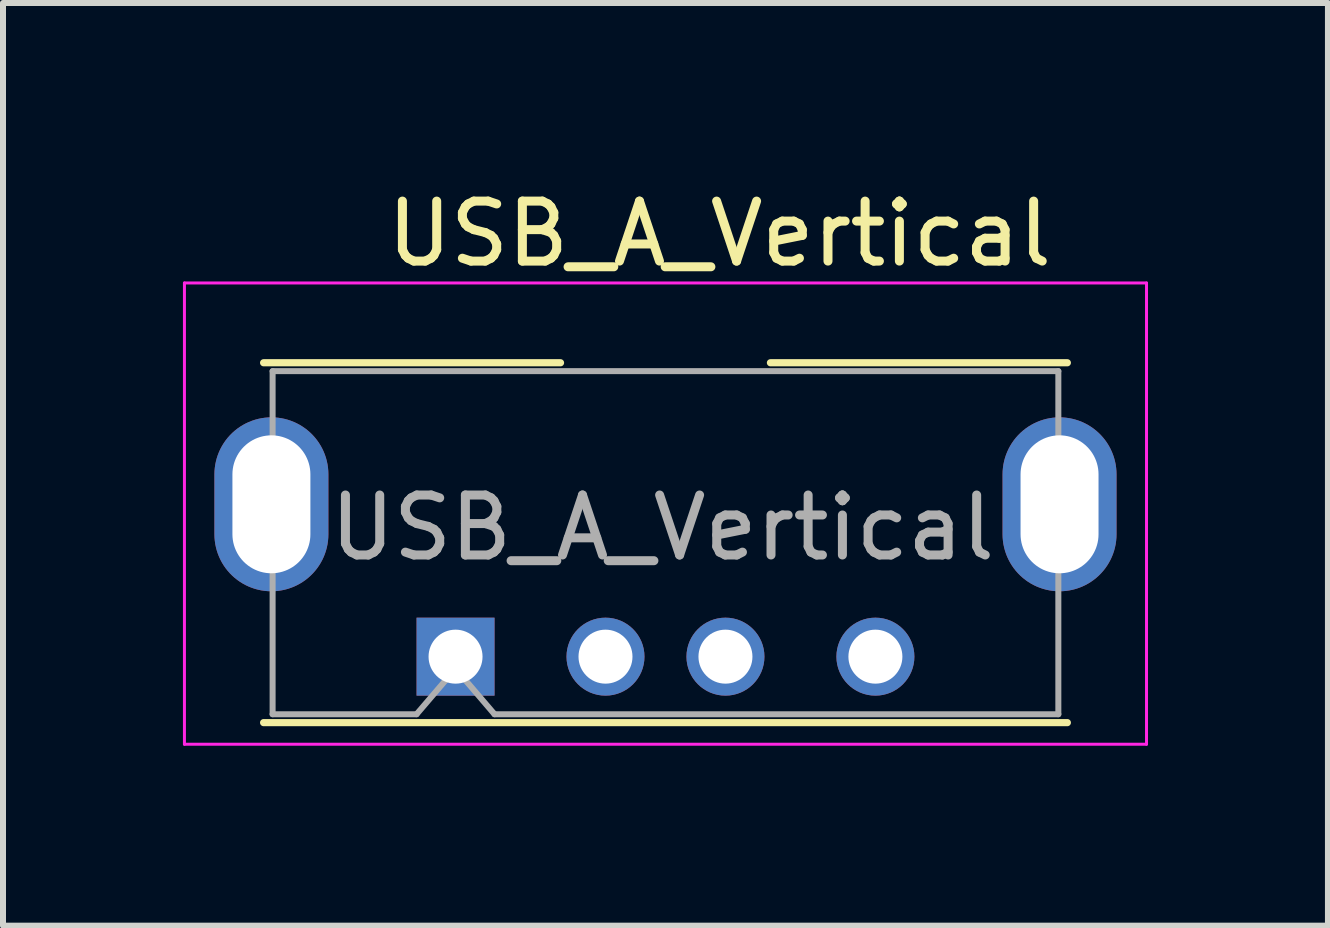
<source format=kicad_pcb>
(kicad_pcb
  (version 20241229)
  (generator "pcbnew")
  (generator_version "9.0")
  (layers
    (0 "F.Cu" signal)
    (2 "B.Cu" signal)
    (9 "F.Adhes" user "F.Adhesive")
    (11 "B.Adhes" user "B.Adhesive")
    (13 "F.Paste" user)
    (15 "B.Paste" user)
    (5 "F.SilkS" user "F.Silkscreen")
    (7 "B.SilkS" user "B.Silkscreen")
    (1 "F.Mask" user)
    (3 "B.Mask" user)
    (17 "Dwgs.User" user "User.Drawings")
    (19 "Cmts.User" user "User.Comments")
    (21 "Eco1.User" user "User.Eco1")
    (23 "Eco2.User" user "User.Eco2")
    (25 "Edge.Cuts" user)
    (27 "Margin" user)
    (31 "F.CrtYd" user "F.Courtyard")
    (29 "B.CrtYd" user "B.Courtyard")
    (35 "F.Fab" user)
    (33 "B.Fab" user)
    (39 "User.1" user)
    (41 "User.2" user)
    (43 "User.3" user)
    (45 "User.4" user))
  (footprint "USB_A_Vertical"
    (layer "F.Cu")
    (at 4.545 7.898)
    (property "Reference" "USB_A_Vertical" (at 4.4 -7.05 0) (layer "F.SilkS") (effects (font (size 1 1) (thickness 0.15))))
    (attr through_hole)
    (fp_line (start -3.2 -4.9) (end 1.75 -4.9) (stroke (width 0.12) (type solid)) (layer "F.SilkS"))
    (fp_line (start 10.2 -4.9) (end 5.25 -4.9) (stroke (width 0.12) (type solid)) (layer "F.SilkS"))
    (fp_line (start 10.2 1.1) (end -3.2 1.1) (stroke (width 0.12) (type solid)) (layer "F.SilkS"))
    (fp_line (start -4.52 -6.23) (end 11.52 -6.23) (stroke (width 0.05) (type solid)) (layer "F.CrtYd"))
    (fp_line (start -4.52 1.46) (end -4.52 -6.23) (stroke (width 0.05) (type solid)) (layer "F.CrtYd"))
    (fp_line (start 11.52 -6.23) (end 11.52 1.46) (stroke (width 0.05) (type solid)) (layer "F.CrtYd"))
    (fp_line (start 11.52 1.46) (end -4.52 1.46) (stroke (width 0.05) (type solid)) (layer "F.CrtYd"))
    (fp_line (start -3.05 -4.76) (end 10.05 -4.76) (stroke (width 0.1) (type solid)) (layer "F.Fab"))
    (fp_line (start -3.05 0.96) (end -3.05 -4.76) (stroke (width 0.1) (type solid)) (layer "F.Fab"))
    (fp_line (start -0.65 0.96) (end -3.05 0.96) (stroke (width 0.1) (type solid)) (layer "F.Fab"))
    (fp_line (start -0.65 0.96) (end 0 0.2) (stroke (width 0.1) (type solid)) (layer "F.Fab"))
    (fp_line (start 0 0.2) (end 0.65 0.96) (stroke (width 0.1) (type solid)) (layer "F.Fab"))
    (fp_line (start 10.05 -4.76) (end 10.05 0.96) (stroke (width 0.1) (type solid)) (layer "F.Fab"))
    (fp_line (start 10.05 0.96) (end 0.65 0.96) (stroke (width 0.1) (type solid)) (layer "F.Fab"))
    (fp_text user "${REFERENCE}" (at 3.45 -2.15 0) (layer "F.Fab") (effects (font (size 1 1) (thickness 0.15))))
    (pad "1" thru_hole circle (at 7 0) (size 1.3 1.3) (drill 0.9) (layers "*.Cu" "*.Mask"))
    (pad "2" thru_hole circle (at 4.5 0) (size 1.3 1.3) (drill 0.9) (layers "*.Cu" "*.Mask"))
    (pad "3" thru_hole circle (at 2.5 0) (size 1.3 1.3) (drill 0.9) (layers "*.Cu" "*.Mask"))
    (pad "4" thru_hole rect (at 0 0) (size 1.3 1.3) (drill 0.9) (layers "*.Cu" "*.Mask"))
    (pad "5" thru_hole oval (at -3.07 -2.54 180) (size 1.9 2.9) (drill oval 1.3 2.3) (layers "*.Cu" "*.Mask"))
    (pad "5" thru_hole oval (at 10.07 -2.54) (size 1.9 2.9) (drill oval 1.3 2.3) (layers "*.Cu" "*.Mask")))
  (gr_rect
    (start -3 -3)
    (end 19.09 12.383)
    (stroke (width 0.1) (type default))
    (fill no)
    (layer "Edge.Cuts")))
</source>
